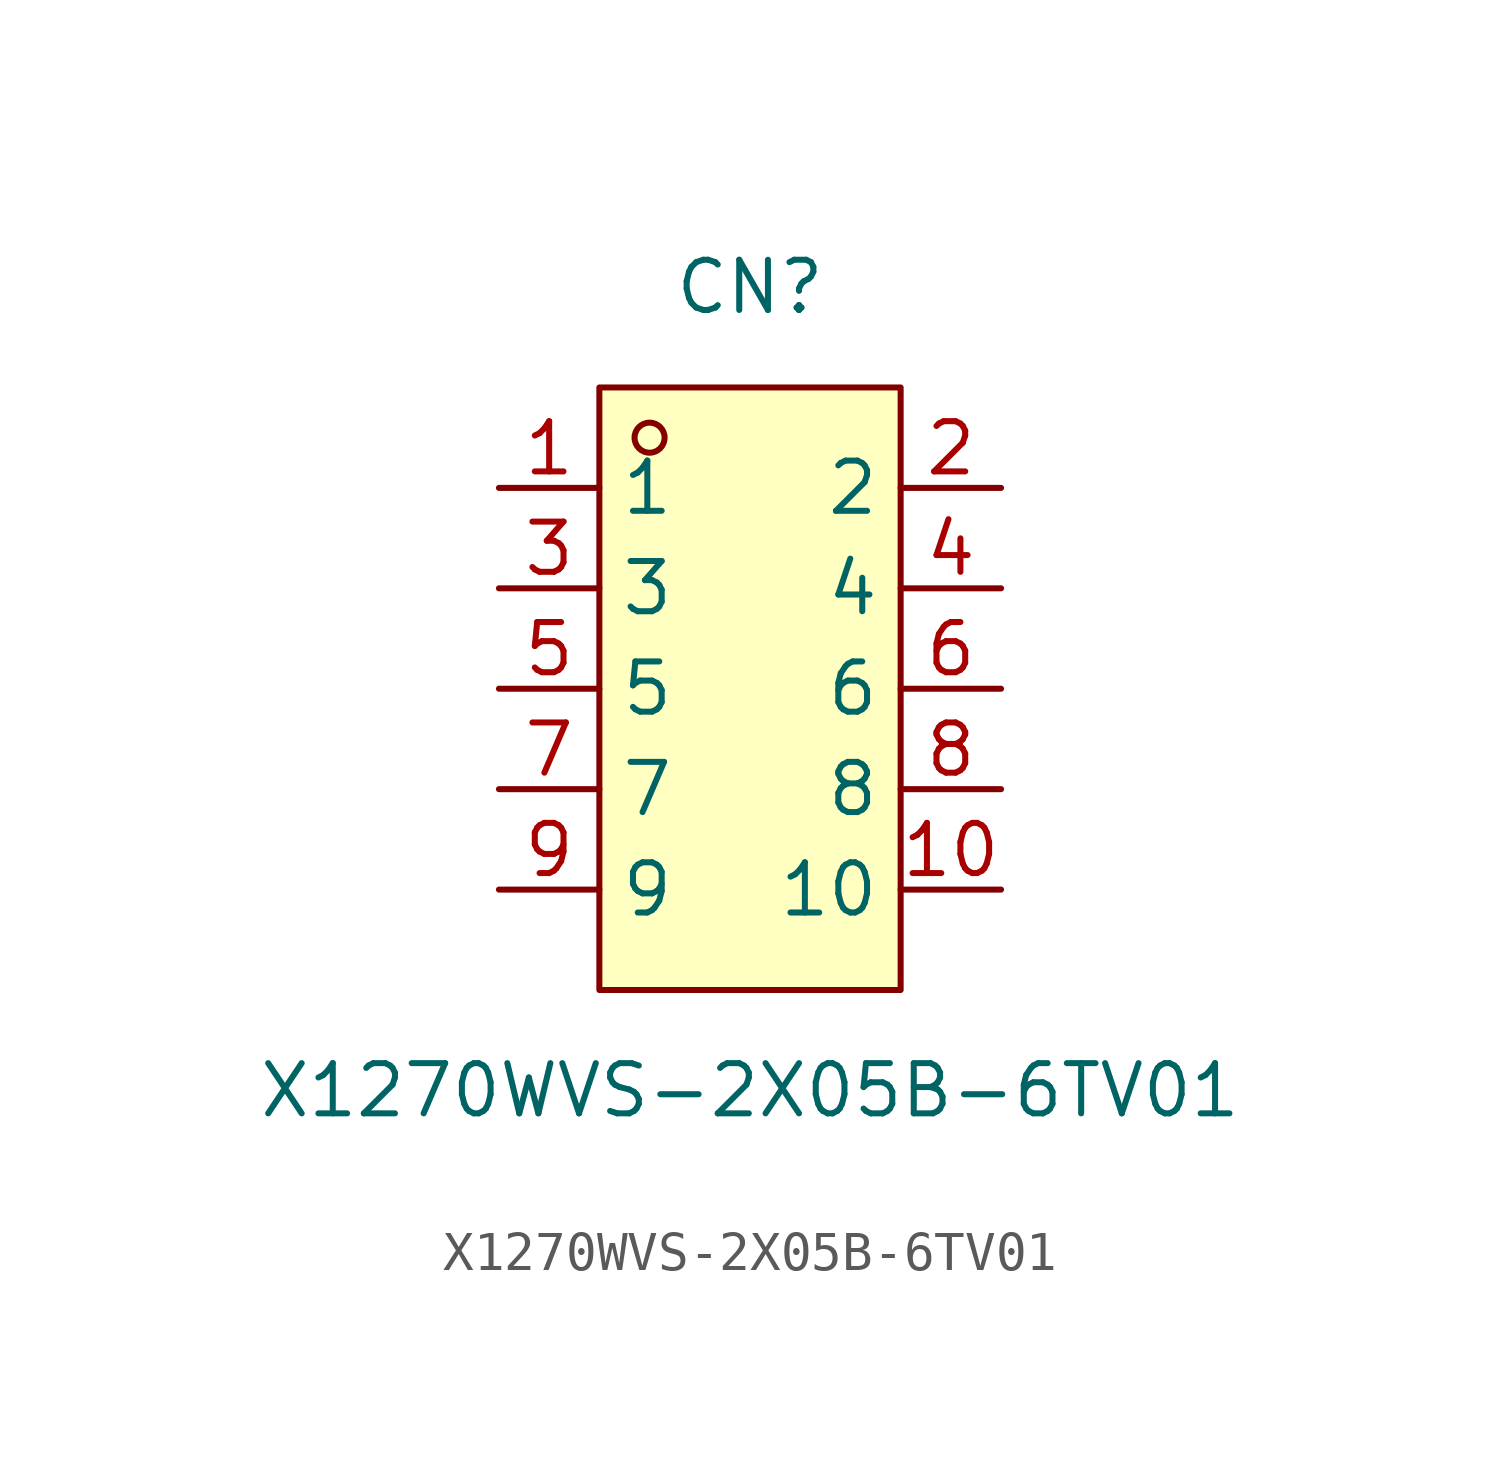
<source format=kicad_sym>
(kicad_symbol_lib
  (version 20211014)
  (generator https://github.com/uPesy/easyeda2kicad.py)
  (symbol "X1270WVS-2X05B-6TV01"
    (property "Reference" "CN"
      (at 0 10.16 0)
      (effects (font (size 1.27 1.27))))
    (property "Value" "X1270WVS-2X05B-6TV01"
      (at 0 -10.16 0)
      (effects (font (size 1.27 1.27))))
    (symbol "X1270WVS-2X05B-6TV01_0_1"
      (rectangle (start -3.81 7.62) (end 3.81 -7.62) (stroke (width 0) (type default) (color 0 0 0 0)) (fill (type background)))
      (circle (center -2.54 6.35) (radius 0.38) (stroke (width 0) (type default) (color 0 0 0 0)) (fill (type none)))
      (pin unspecified line (at -6.35 5.08 0) (length 2.54) (name "1" (effects (font (size 1.27 1.27)))) (number "1" (effects (font (size 1.27 1.27)))))
      (pin unspecified line (at 6.35 -5.08 180) (length 2.54) (name "10" (effects (font (size 1.27 1.27)))) (number "10" (effects (font (size 1.27 1.27)))))
      (pin unspecified line (at -6.35 2.54 0) (length 2.54) (name "3" (effects (font (size 1.27 1.27)))) (number "3" (effects (font (size 1.27 1.27)))))
      (pin unspecified line (at 6.35 -2.54 180) (length 2.54) (name "8" (effects (font (size 1.27 1.27)))) (number "8" (effects (font (size 1.27 1.27)))))
      (pin unspecified line (at -6.35 -0.00 0) (length 2.54) (name "5" (effects (font (size 1.27 1.27)))) (number "5" (effects (font (size 1.27 1.27)))))
      (pin unspecified line (at 6.35 -0.00 180) (length 2.54) (name "6" (effects (font (size 1.27 1.27)))) (number "6" (effects (font (size 1.27 1.27)))))
      (pin unspecified line (at -6.35 -2.54 0) (length 2.54) (name "7" (effects (font (size 1.27 1.27)))) (number "7" (effects (font (size 1.27 1.27)))))
      (pin unspecified line (at 6.35 2.54 180) (length 2.54) (name "4" (effects (font (size 1.27 1.27)))) (number "4" (effects (font (size 1.27 1.27)))))
      (pin unspecified line (at -6.35 -5.08 0) (length 2.54) (name "9" (effects (font (size 1.27 1.27)))) (number "9" (effects (font (size 1.27 1.27)))))
      (pin unspecified line (at 6.35 5.08 180) (length 2.54) (name "2" (effects (font (size 1.27 1.27)))) (number "2" (effects (font (size 1.27 1.27))))))))
</source>
